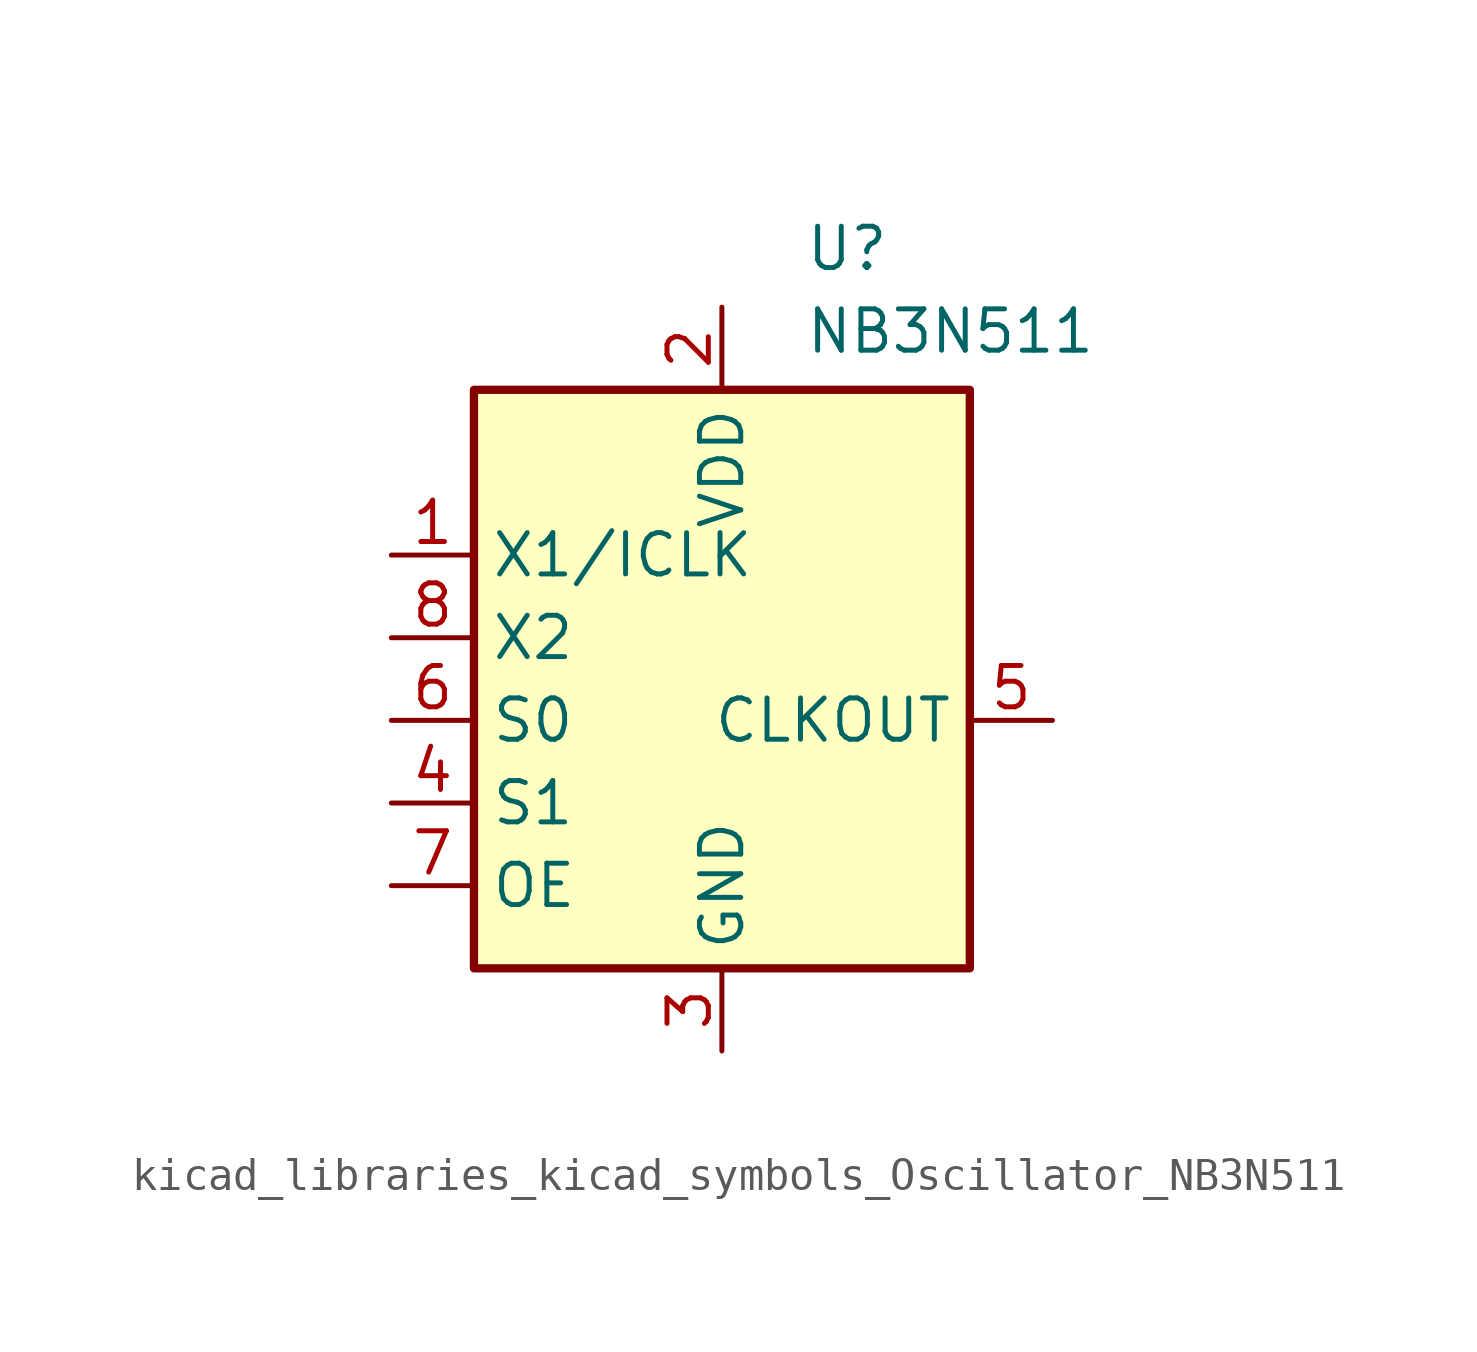
<source format=kicad_sym>
(kicad_symbol_lib
  (version 20220914)
  (generator kicad_symbol_editor)
  (symbol "kicad_libraries_kicad_symbols_Oscillator_NB3N511"
    (property "Reference" "U"
      (at 2.54 15.24 0)
      (effects (font (size 1.27 1.27)) (justify left top)))
    (property "Value" "NB3N511"
      (at 2.54 12.7 0)
      (effects (font (size 1.27 1.27)) (justify left top)))
    (symbol "kicad_libraries_kicad_symbols_Oscillator_NB3N511_0_1"
      (rectangle (start -7.62 10.16) (end 7.62 -7.62) (stroke (width 0.254) (type default)) (fill (type background))))
    (symbol "kicad_libraries_kicad_symbols_Oscillator_NB3N511_1_1"
      (pin input line (at -10.16 5.08 0) (length 2.54) (name "X1/ICLK" (effects (font (size 1.27 1.27)))) (number "1" (effects (font (size 1.27 1.27)))))
      (pin power_in line (at 0 12.7 270) (length 2.54) (name "VDD" (effects (font (size 1.27 1.27)))) (number "2" (effects (font (size 1.27 1.27)))))
      (pin power_in line (at 0 -10.16 90) (length 2.54) (name "GND" (effects (font (size 1.27 1.27)))) (number "3" (effects (font (size 1.27 1.27)))))
      (pin input line (at -10.16 -2.54 0) (length 2.54) (name "S1" (effects (font (size 1.27 1.27)))) (number "4" (effects (font (size 1.27 1.27)))))
      (pin output line (at 10.16 0 180) (length 2.54) (name "CLKOUT" (effects (font (size 1.27 1.27)))) (number "5" (effects (font (size 1.27 1.27)))))
      (pin input line (at -10.16 0 0) (length 2.54) (name "S0" (effects (font (size 1.27 1.27)))) (number "6" (effects (font (size 1.27 1.27)))))
      (pin input line (at -10.16 -5.08 0) (length 2.54) (name "OE" (effects (font (size 1.27 1.27)))) (number "7" (effects (font (size 1.27 1.27)))))
      (pin passive line (at -10.16 2.54 0) (length 2.54) (name "X2" (effects (font (size 1.27 1.27)))) (number "8" (effects (font (size 1.27 1.27))))))))
</source>
